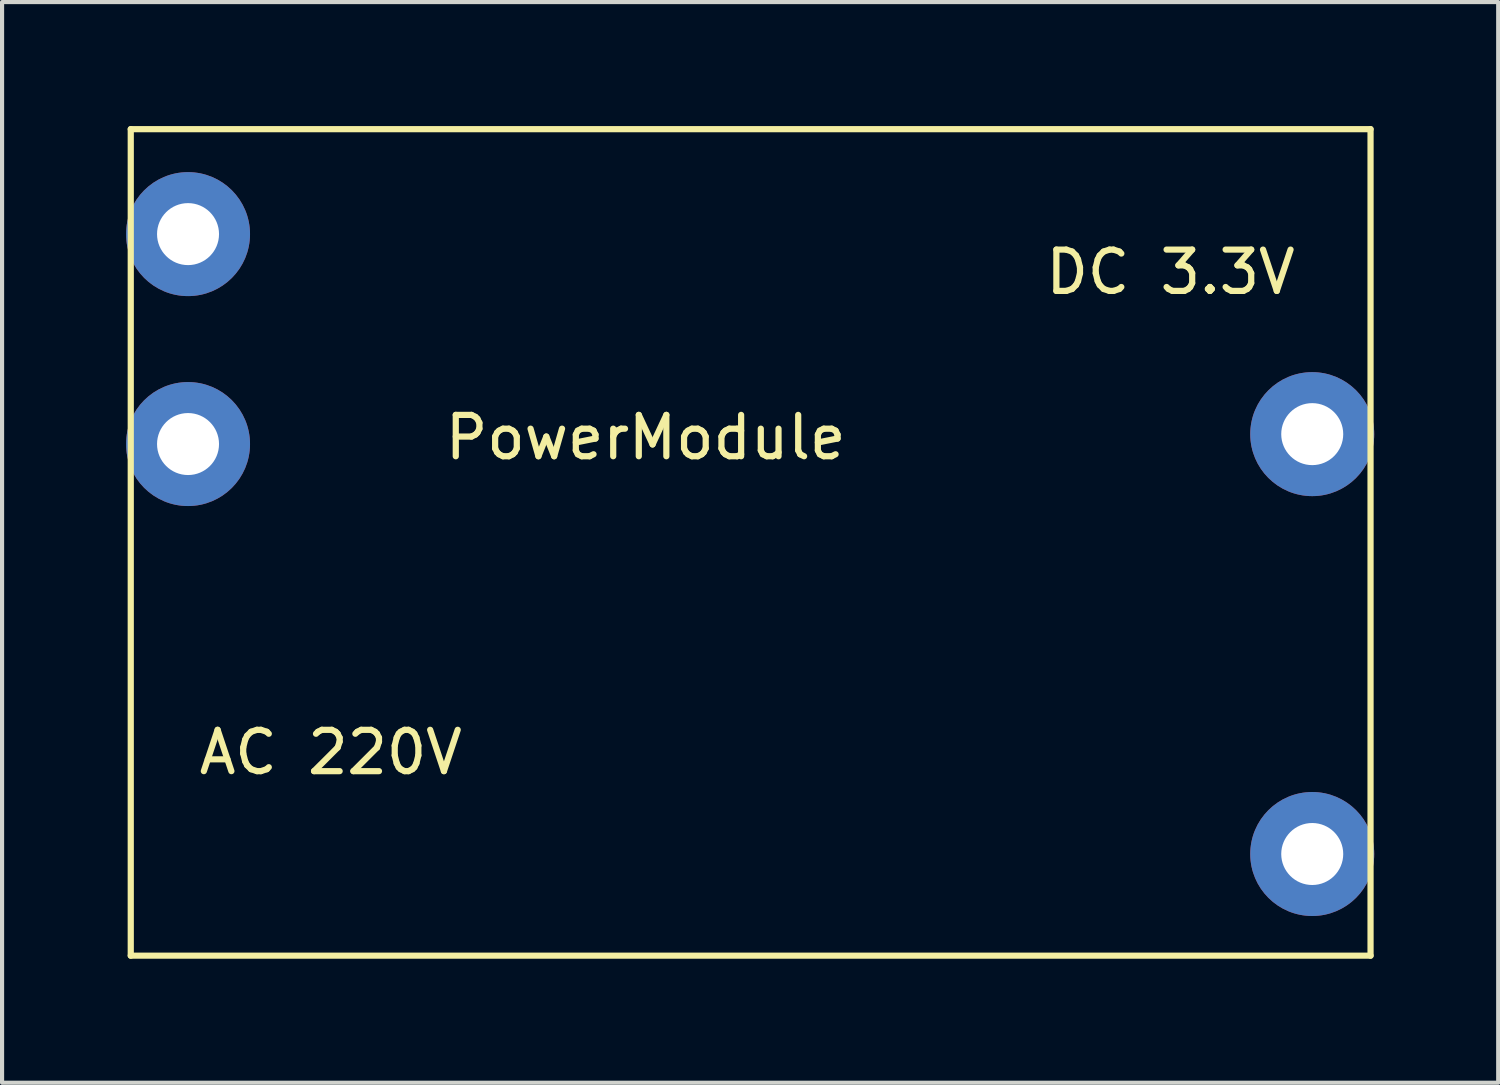
<source format=kicad_pcb>
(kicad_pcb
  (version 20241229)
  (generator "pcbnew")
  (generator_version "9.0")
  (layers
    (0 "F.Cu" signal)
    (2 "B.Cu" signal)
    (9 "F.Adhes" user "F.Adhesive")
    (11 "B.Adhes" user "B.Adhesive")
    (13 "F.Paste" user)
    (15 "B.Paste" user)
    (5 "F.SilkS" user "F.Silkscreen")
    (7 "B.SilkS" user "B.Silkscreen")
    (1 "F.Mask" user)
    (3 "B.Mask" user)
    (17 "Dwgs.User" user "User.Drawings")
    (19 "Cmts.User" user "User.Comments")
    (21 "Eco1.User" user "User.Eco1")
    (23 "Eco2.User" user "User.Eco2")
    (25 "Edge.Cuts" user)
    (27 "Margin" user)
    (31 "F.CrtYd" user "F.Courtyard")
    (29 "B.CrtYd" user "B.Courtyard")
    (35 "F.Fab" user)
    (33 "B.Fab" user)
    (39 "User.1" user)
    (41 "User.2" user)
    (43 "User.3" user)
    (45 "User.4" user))
  (footprint "PowerModule"
    (layer "F.Cu")
    (at 15.114 10.075)
    (property "Reference" "PowerModule" (at -2.54 -2.54 0) (layer "F.SilkS") (effects (font (size 1 1) (thickness 0.15))))
    (attr through_hole)
    (fp_line (start -15 -10) (end -15 10) (stroke (width 0.15) (type solid)) (layer "F.SilkS"))
    (fp_line (start -15 10) (end 15 10) (stroke (width 0.15) (type solid)) (layer "F.SilkS"))
    (fp_line (start 15 -10) (end -15 -10) (stroke (width 0.15) (type solid)) (layer "F.SilkS"))
    (fp_line (start 15 10) (end 15 -10) (stroke (width 0.15) (type solid)) (layer "F.SilkS"))
    (fp_text user "AC 220V" (at -10.16 5.08 0) (layer "F.SilkS") (effects (font (size 1 1) (thickness 0.15))))
    (fp_text user "DC 3.3V" (at 10.16 -6.54 180) (layer "F.SilkS") (effects (font (size 1 1) (thickness 0.15))))
    (pad "1" thru_hole circle (at -13.614 -2.38) (size 3 3) (drill 1.5) (layers "*.Cu" "*.Mask"))
    (pad "2" thru_hole circle (at -13.614 -7.46) (size 3 3) (drill 1.5) (layers "*.Cu" "*.Mask"))
    (pad "3" thru_hole circle (at 13.589 -2.62) (size 3 3) (drill 1.5) (layers "*.Cu" "*.Mask"))
    (pad "4" thru_hole circle (at 13.589 7.54) (size 3 3) (drill 1.5) (layers "*.Cu" "*.Mask")))
  (gr_rect
    (start -3 -3)
    (end 33.203 23.15)
    (stroke (width 0.1) (type default))
    (fill no)
    (layer "Edge.Cuts")))
</source>
